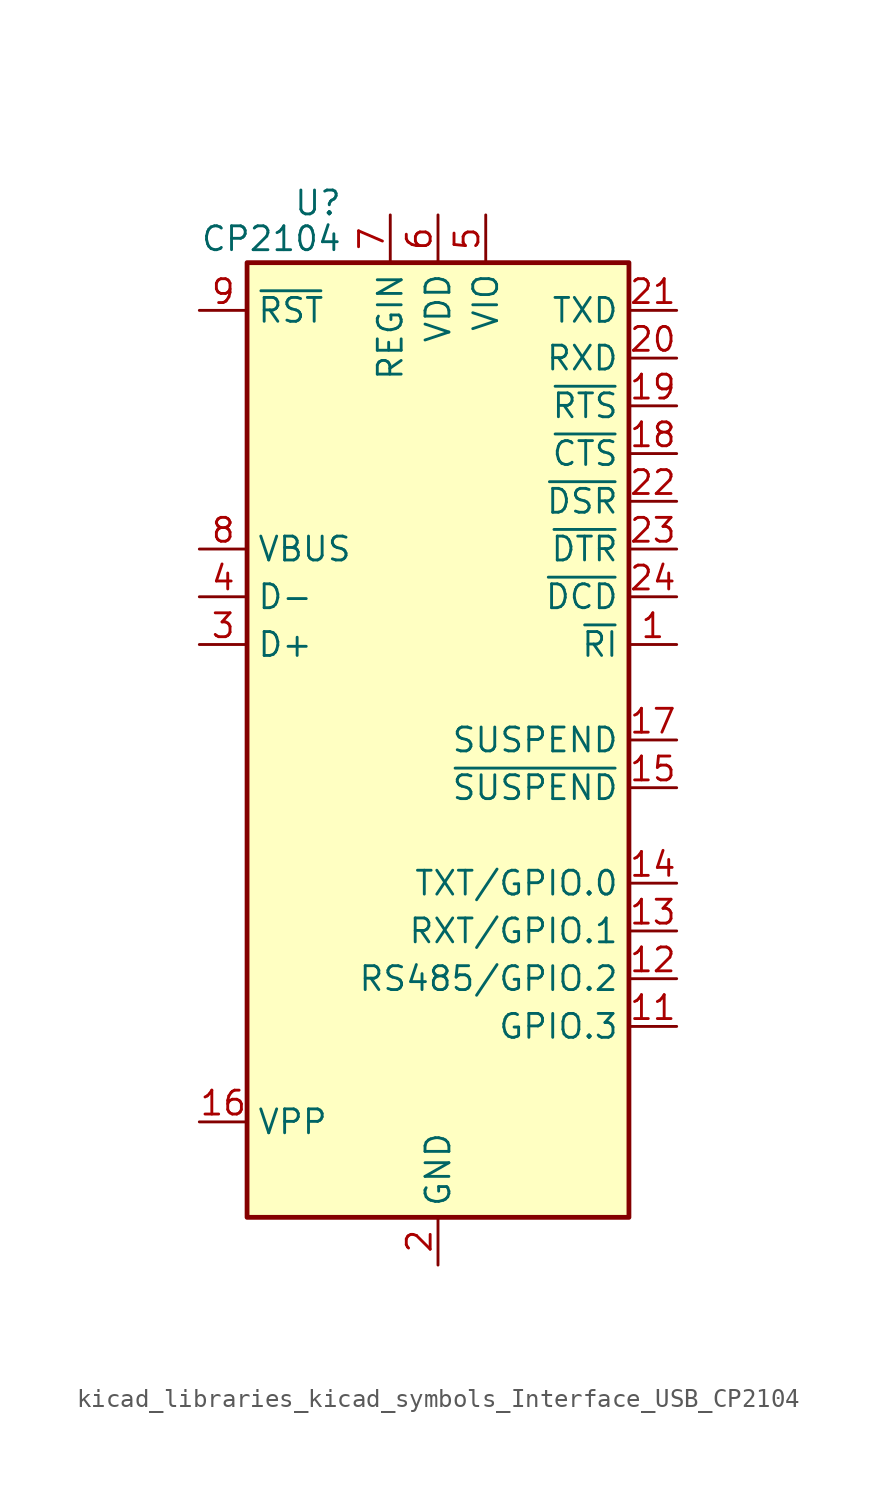
<source format=kicad_sym>
(kicad_symbol_lib
  (version 20220914)
  (generator kicad_symbol_editor)
  (symbol "kicad_libraries_kicad_symbols_Interface_USB_CP2104"
    (property "Reference" "U"
      (at -5.08 28.575 0)
      (effects (font (size 1.27 1.27)) (justify right)))
    (property "Value" "CP2104"
      (at -5.08 26.67 0)
      (effects (font (size 1.27 1.27)) (justify right)))
    (symbol "kicad_libraries_kicad_symbols_Interface_USB_CP2104_1_1"
      (rectangle (start -10.16 25.4) (end 10.16 -25.4) (stroke (width 0.254) (type default)) (fill (type background)))
      (pin input line (at 12.7 5.08 180) (length 2.54) (name "~{RI}" (effects (font (size 1.27 1.27)))) (number "1" (effects (font (size 1.27 1.27)))))
      (pin no_connect line (at 10.16 -20.32 180) (length 2.54) hide (name "NC" (effects (font (size 1.27 1.27)))) (number "10" (effects (font (size 1.27 1.27)))))
      (pin bidirectional line (at 12.7 -15.24 180) (length 2.54) (name "GPIO.3" (effects (font (size 1.27 1.27)))) (number "11" (effects (font (size 1.27 1.27)))))
      (pin bidirectional line (at 12.7 -12.7 180) (length 2.54) (name "RS485/GPIO.2" (effects (font (size 1.27 1.27)))) (number "12" (effects (font (size 1.27 1.27)))))
      (pin bidirectional line (at 12.7 -10.16 180) (length 2.54) (name "RXT/GPIO.1" (effects (font (size 1.27 1.27)))) (number "13" (effects (font (size 1.27 1.27)))))
      (pin bidirectional line (at 12.7 -7.62 180) (length 2.54) (name "TXT/GPIO.0" (effects (font (size 1.27 1.27)))) (number "14" (effects (font (size 1.27 1.27)))))
      (pin output line (at 12.7 -2.54 180) (length 2.54) (name "~{SUSPEND}" (effects (font (size 1.27 1.27)))) (number "15" (effects (font (size 1.27 1.27)))))
      (pin passive line (at -12.7 -20.32 0) (length 2.54) (name "VPP" (effects (font (size 1.27 1.27)))) (number "16" (effects (font (size 1.27 1.27)))))
      (pin output line (at 12.7 0 180) (length 2.54) (name "SUSPEND" (effects (font (size 1.27 1.27)))) (number "17" (effects (font (size 1.27 1.27)))))
      (pin input line (at 12.7 15.24 180) (length 2.54) (name "~{CTS}" (effects (font (size 1.27 1.27)))) (number "18" (effects (font (size 1.27 1.27)))))
      (pin output line (at 12.7 17.78 180) (length 2.54) (name "~{RTS}" (effects (font (size 1.27 1.27)))) (number "19" (effects (font (size 1.27 1.27)))))
      (pin power_in line (at 0 -27.94 90) (length 2.54) (name "GND" (effects (font (size 1.27 1.27)))) (number "2" (effects (font (size 1.27 1.27)))))
      (pin input line (at 12.7 20.32 180) (length 2.54) (name "RXD" (effects (font (size 1.27 1.27)))) (number "20" (effects (font (size 1.27 1.27)))))
      (pin output line (at 12.7 22.86 180) (length 2.54) (name "TXD" (effects (font (size 1.27 1.27)))) (number "21" (effects (font (size 1.27 1.27)))))
      (pin input line (at 12.7 12.7 180) (length 2.54) (name "~{DSR}" (effects (font (size 1.27 1.27)))) (number "22" (effects (font (size 1.27 1.27)))))
      (pin output line (at 12.7 10.16 180) (length 2.54) (name "~{DTR}" (effects (font (size 1.27 1.27)))) (number "23" (effects (font (size 1.27 1.27)))))
      (pin input line (at 12.7 7.62 180) (length 2.54) (name "~{DCD}" (effects (font (size 1.27 1.27)))) (number "24" (effects (font (size 1.27 1.27)))))
      (pin passive line (at 0 -27.94 90) (length 2.54) hide (name "GND" (effects (font (size 1.27 1.27)))) (number "25" (effects (font (size 1.27 1.27)))))
      (pin bidirectional line (at -12.7 5.08 0) (length 2.54) (name "D+" (effects (font (size 1.27 1.27)))) (number "3" (effects (font (size 1.27 1.27)))))
      (pin bidirectional line (at -12.7 7.62 0) (length 2.54) (name "D-" (effects (font (size 1.27 1.27)))) (number "4" (effects (font (size 1.27 1.27)))))
      (pin power_in line (at 2.54 27.94 270) (length 2.54) (name "VIO" (effects (font (size 1.27 1.27)))) (number "5" (effects (font (size 1.27 1.27)))))
      (pin power_in line (at 0 27.94 270) (length 2.54) (name "VDD" (effects (font (size 1.27 1.27)))) (number "6" (effects (font (size 1.27 1.27)))))
      (pin power_in line (at -2.54 27.94 270) (length 2.54) (name "REGIN" (effects (font (size 1.27 1.27)))) (number "7" (effects (font (size 1.27 1.27)))))
      (pin input line (at -12.7 10.16 0) (length 2.54) (name "VBUS" (effects (font (size 1.27 1.27)))) (number "8" (effects (font (size 1.27 1.27)))))
      (pin bidirectional line (at -12.7 22.86 0) (length 2.54) (name "~{RST}" (effects (font (size 1.27 1.27)))) (number "9" (effects (font (size 1.27 1.27))))))))
</source>
